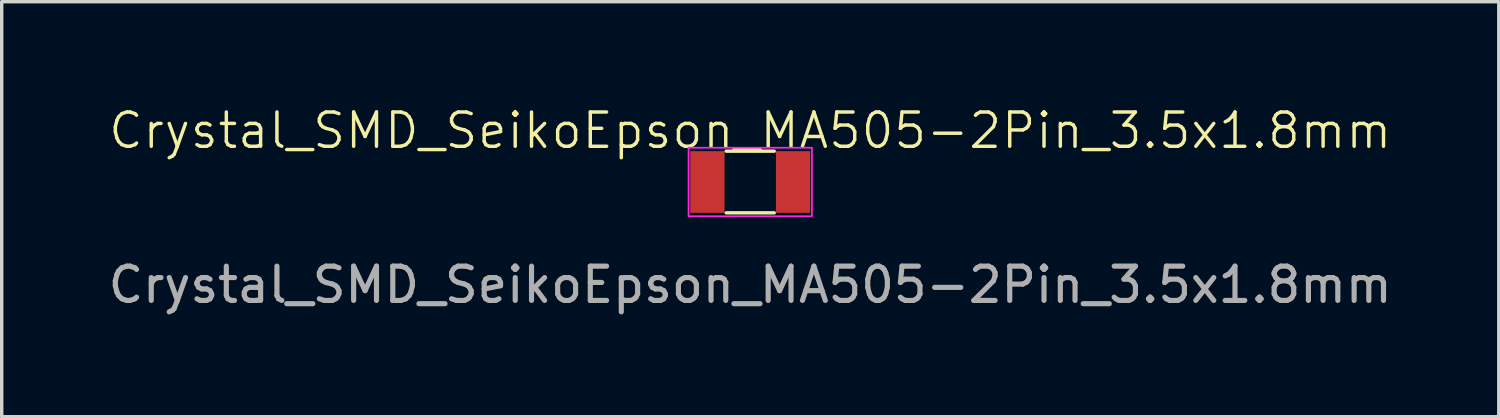
<source format=kicad_pcb>
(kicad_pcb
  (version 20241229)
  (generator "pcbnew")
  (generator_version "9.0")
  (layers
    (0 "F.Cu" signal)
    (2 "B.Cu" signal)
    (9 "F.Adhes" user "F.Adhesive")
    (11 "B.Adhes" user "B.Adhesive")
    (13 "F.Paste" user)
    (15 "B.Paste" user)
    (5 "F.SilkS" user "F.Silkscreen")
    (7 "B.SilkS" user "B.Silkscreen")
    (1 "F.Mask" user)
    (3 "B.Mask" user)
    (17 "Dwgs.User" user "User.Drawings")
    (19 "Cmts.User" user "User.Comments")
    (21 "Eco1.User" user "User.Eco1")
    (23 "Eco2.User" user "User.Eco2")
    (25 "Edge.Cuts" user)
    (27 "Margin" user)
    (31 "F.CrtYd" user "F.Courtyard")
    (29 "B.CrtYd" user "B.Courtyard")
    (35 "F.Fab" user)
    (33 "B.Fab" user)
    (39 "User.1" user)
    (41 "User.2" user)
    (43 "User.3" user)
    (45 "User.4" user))
  (footprint "Crystal_SMD_SeikoEpson_MA505-2Pin_3.5x1.8mm"
    (layer "F.Cu")
    (at 18.839 2.26)
    (property "Reference" "Crystal_SMD_SeikoEpson_MA505-2Pin_3.5x1.8mm" (at 0 -1.5 0) (unlocked yes) (layer "F.SilkS") (effects (font (size 1 1) (thickness 0.1))))
    (attr smd)
    (fp_line (start -0.7 -0.9) (end 0.7 -0.9) (stroke (width 0.1) (type default)) (layer "F.SilkS"))
    (fp_line (start 0.7 0.9) (end -0.7 0.9) (stroke (width 0.1) (type default)) (layer "F.SilkS"))
    (fp_rect (start -1.8 -1) (end 1.8 1) (stroke (width 0.05) (type default)) (fill no) (layer "F.CrtYd"))
    (fp_text user "${REFERENCE}" (at 0 3 0) (unlocked yes) (layer "F.Fab") (effects (font (size 1 1) (thickness 0.15))))
    (pad "1" smd rect (at -1.25 0) (size 1 1.8) (layers "F.Cu" "F.Mask" "F.Paste"))
    (pad "2" smd rect (at 1.25 0) (size 1 1.8) (layers "F.Cu" "F.Mask" "F.Paste")))
  (gr_rect
    (start -3 -3)
    (end 40.679 9.109)
    (stroke (width 0.1) (type default))
    (fill no)
    (layer "Edge.Cuts")))
</source>
